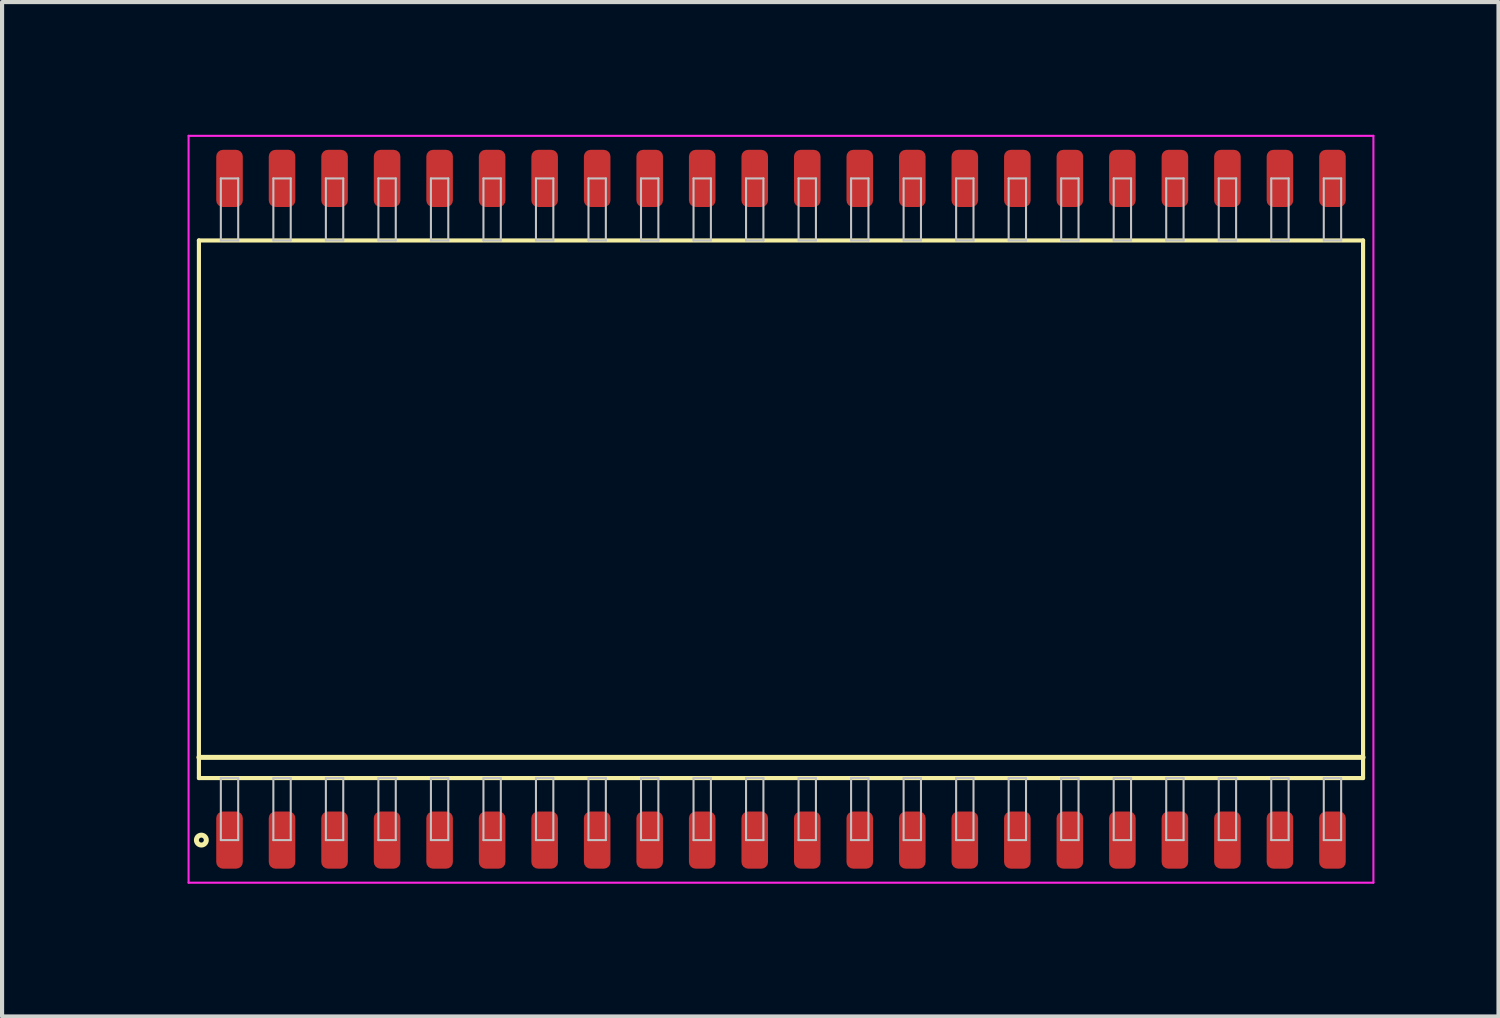
<source format=kicad_pcb>
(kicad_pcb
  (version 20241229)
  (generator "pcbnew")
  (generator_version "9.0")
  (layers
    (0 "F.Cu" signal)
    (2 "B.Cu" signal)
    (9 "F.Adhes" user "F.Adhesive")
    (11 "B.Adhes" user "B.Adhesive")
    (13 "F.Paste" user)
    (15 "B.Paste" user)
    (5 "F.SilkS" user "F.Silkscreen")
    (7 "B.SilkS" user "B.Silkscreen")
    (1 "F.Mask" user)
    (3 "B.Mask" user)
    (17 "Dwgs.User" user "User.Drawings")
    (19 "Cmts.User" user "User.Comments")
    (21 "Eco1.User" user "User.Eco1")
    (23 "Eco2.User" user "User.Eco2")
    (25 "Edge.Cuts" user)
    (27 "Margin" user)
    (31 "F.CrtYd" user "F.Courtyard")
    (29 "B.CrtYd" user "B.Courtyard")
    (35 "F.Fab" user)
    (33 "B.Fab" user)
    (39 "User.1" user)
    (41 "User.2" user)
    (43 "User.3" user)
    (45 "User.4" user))
  (footprint "SOP127P2815x1600-44"
    (layer "F.Cu")
    (at 15.835 9.264)
    (property "Reference" "SOP127P2815x1600-44" (at -15.075 0 90) (layer "User.1") (effects (font (size 1 1) (thickness 0.1))))
    (attr through_hole)
    (fp_line (start -14.075 -6.5) (end -14.075 6.5) (stroke (width 0.1) (type solid)) (layer "F.SilkS"))
    (fp_line (start -14.075 6) (end 14.075 6) (stroke (width 0.12) (type solid)) (layer "F.SilkS"))
    (fp_line (start -14.075 6.5) (end 14.075 6.5) (stroke (width 0.1) (type solid)) (layer "F.SilkS"))
    (fp_line (start 14.075 -6.5) (end -14.075 -6.5) (stroke (width 0.1) (type solid)) (layer "F.SilkS"))
    (fp_line (start 14.075 6.5) (end 14.075 -6.5) (stroke (width 0.1) (type solid)) (layer "F.SilkS"))
    (fp_circle (center -14.016 8) (end -13.896 8) (stroke (width 0.12) (type solid)) (fill no) (layer "F.SilkS"))
    (fp_line (start -13.545 -8) (end -13.545 -6.5) (stroke (width 0.05) (type solid)) (layer "Dwgs.User"))
    (fp_line (start -13.545 -6.5) (end -13.125 -6.5) (stroke (width 0.05) (type solid)) (layer "Dwgs.User"))
    (fp_line (start -13.545 6.5) (end -13.125 6.5) (stroke (width 0.05) (type solid)) (layer "Dwgs.User"))
    (fp_line (start -13.545 8) (end -13.545 6.5) (stroke (width 0.05) (type solid)) (layer "Dwgs.User"))
    (fp_line (start -13.125 -8) (end -13.545 -8) (stroke (width 0.05) (type solid)) (layer "Dwgs.User"))
    (fp_line (start -13.125 -6.5) (end -13.125 -8) (stroke (width 0.05) (type solid)) (layer "Dwgs.User"))
    (fp_line (start -13.125 6.5) (end -13.125 8) (stroke (width 0.05) (type solid)) (layer "Dwgs.User"))
    (fp_line (start -13.125 8) (end -13.545 8) (stroke (width 0.05) (type solid)) (layer "Dwgs.User"))
    (fp_line (start -12.275 -8) (end -12.275 -6.5) (stroke (width 0.05) (type solid)) (layer "Dwgs.User"))
    (fp_line (start -12.275 -6.5) (end -11.855 -6.5) (stroke (width 0.05) (type solid)) (layer "Dwgs.User"))
    (fp_line (start -12.275 6.5) (end -11.855 6.5) (stroke (width 0.05) (type solid)) (layer "Dwgs.User"))
    (fp_line (start -12.275 8) (end -12.275 6.5) (stroke (width 0.05) (type solid)) (layer "Dwgs.User"))
    (fp_line (start -11.855 -8) (end -12.275 -8) (stroke (width 0.05) (type solid)) (layer "Dwgs.User"))
    (fp_line (start -11.855 -6.5) (end -11.855 -8) (stroke (width 0.05) (type solid)) (layer "Dwgs.User"))
    (fp_line (start -11.855 6.5) (end -11.855 8) (stroke (width 0.05) (type solid)) (layer "Dwgs.User"))
    (fp_line (start -11.855 8) (end -12.275 8) (stroke (width 0.05) (type solid)) (layer "Dwgs.User"))
    (fp_line (start -11.005 -8) (end -11.005 -6.5) (stroke (width 0.05) (type solid)) (layer "Dwgs.User"))
    (fp_line (start -11.005 -6.5) (end -10.585 -6.5) (stroke (width 0.05) (type solid)) (layer "Dwgs.User"))
    (fp_line (start -11.005 6.5) (end -10.585 6.5) (stroke (width 0.05) (type solid)) (layer "Dwgs.User"))
    (fp_line (start -11.005 8) (end -11.005 6.5) (stroke (width 0.05) (type solid)) (layer "Dwgs.User"))
    (fp_line (start -10.585 -8) (end -11.005 -8) (stroke (width 0.05) (type solid)) (layer "Dwgs.User"))
    (fp_line (start -10.585 -6.5) (end -10.585 -8) (stroke (width 0.05) (type solid)) (layer "Dwgs.User"))
    (fp_line (start -10.585 6.5) (end -10.585 8) (stroke (width 0.05) (type solid)) (layer "Dwgs.User"))
    (fp_line (start -10.585 8) (end -11.005 8) (stroke (width 0.05) (type solid)) (layer "Dwgs.User"))
    (fp_line (start -9.735 -8) (end -9.735 -6.5) (stroke (width 0.05) (type solid)) (layer "Dwgs.User"))
    (fp_line (start -9.735 -6.5) (end -9.315 -6.5) (stroke (width 0.05) (type solid)) (layer "Dwgs.User"))
    (fp_line (start -9.735 6.5) (end -9.315 6.5) (stroke (width 0.05) (type solid)) (layer "Dwgs.User"))
    (fp_line (start -9.735 8) (end -9.735 6.5) (stroke (width 0.05) (type solid)) (layer "Dwgs.User"))
    (fp_line (start -9.315 -8) (end -9.735 -8) (stroke (width 0.05) (type solid)) (layer "Dwgs.User"))
    (fp_line (start -9.315 -6.5) (end -9.315 -8) (stroke (width 0.05) (type solid)) (layer "Dwgs.User"))
    (fp_line (start -9.315 6.5) (end -9.315 8) (stroke (width 0.05) (type solid)) (layer "Dwgs.User"))
    (fp_line (start -9.315 8) (end -9.735 8) (stroke (width 0.05) (type solid)) (layer "Dwgs.User"))
    (fp_line (start -8.465 -8) (end -8.465 -6.5) (stroke (width 0.05) (type solid)) (layer "Dwgs.User"))
    (fp_line (start -8.465 -6.5) (end -8.045 -6.5) (stroke (width 0.05) (type solid)) (layer "Dwgs.User"))
    (fp_line (start -8.465 6.5) (end -8.045 6.5) (stroke (width 0.05) (type solid)) (layer "Dwgs.User"))
    (fp_line (start -8.465 8) (end -8.465 6.5) (stroke (width 0.05) (type solid)) (layer "Dwgs.User"))
    (fp_line (start -8.045 -8) (end -8.465 -8) (stroke (width 0.05) (type solid)) (layer "Dwgs.User"))
    (fp_line (start -8.045 -6.5) (end -8.045 -8) (stroke (width 0.05) (type solid)) (layer "Dwgs.User"))
    (fp_line (start -8.045 6.5) (end -8.045 8) (stroke (width 0.05) (type solid)) (layer "Dwgs.User"))
    (fp_line (start -8.045 8) (end -8.465 8) (stroke (width 0.05) (type solid)) (layer "Dwgs.User"))
    (fp_line (start -7.195 -8) (end -7.195 -6.5) (stroke (width 0.05) (type solid)) (layer "Dwgs.User"))
    (fp_line (start -7.195 -6.5) (end -6.775 -6.5) (stroke (width 0.05) (type solid)) (layer "Dwgs.User"))
    (fp_line (start -7.195 6.5) (end -6.775 6.5) (stroke (width 0.05) (type solid)) (layer "Dwgs.User"))
    (fp_line (start -7.195 8) (end -7.195 6.5) (stroke (width 0.05) (type solid)) (layer "Dwgs.User"))
    (fp_line (start -6.775 -8) (end -7.195 -8) (stroke (width 0.05) (type solid)) (layer "Dwgs.User"))
    (fp_line (start -6.775 -6.5) (end -6.775 -8) (stroke (width 0.05) (type solid)) (layer "Dwgs.User"))
    (fp_line (start -6.775 6.5) (end -6.775 8) (stroke (width 0.05) (type solid)) (layer "Dwgs.User"))
    (fp_line (start -6.775 8) (end -7.195 8) (stroke (width 0.05) (type solid)) (layer "Dwgs.User"))
    (fp_line (start -5.925 -8) (end -5.925 -6.5) (stroke (width 0.05) (type solid)) (layer "Dwgs.User"))
    (fp_line (start -5.925 -6.5) (end -5.505 -6.5) (stroke (width 0.05) (type solid)) (layer "Dwgs.User"))
    (fp_line (start -5.925 6.5) (end -5.505 6.5) (stroke (width 0.05) (type solid)) (layer "Dwgs.User"))
    (fp_line (start -5.925 8) (end -5.925 6.5) (stroke (width 0.05) (type solid)) (layer "Dwgs.User"))
    (fp_line (start -5.505 -8) (end -5.925 -8) (stroke (width 0.05) (type solid)) (layer "Dwgs.User"))
    (fp_line (start -5.505 -6.5) (end -5.505 -8) (stroke (width 0.05) (type solid)) (layer "Dwgs.User"))
    (fp_line (start -5.505 6.5) (end -5.505 8) (stroke (width 0.05) (type solid)) (layer "Dwgs.User"))
    (fp_line (start -5.505 8) (end -5.925 8) (stroke (width 0.05) (type solid)) (layer "Dwgs.User"))
    (fp_line (start -4.655 -8) (end -4.655 -6.5) (stroke (width 0.05) (type solid)) (layer "Dwgs.User"))
    (fp_line (start -4.655 -6.5) (end -4.235 -6.5) (stroke (width 0.05) (type solid)) (layer "Dwgs.User"))
    (fp_line (start -4.655 6.5) (end -4.235 6.5) (stroke (width 0.05) (type solid)) (layer "Dwgs.User"))
    (fp_line (start -4.655 8) (end -4.655 6.5) (stroke (width 0.05) (type solid)) (layer "Dwgs.User"))
    (fp_line (start -4.235 -8) (end -4.655 -8) (stroke (width 0.05) (type solid)) (layer "Dwgs.User"))
    (fp_line (start -4.235 -6.5) (end -4.235 -8) (stroke (width 0.05) (type solid)) (layer "Dwgs.User"))
    (fp_line (start -4.235 6.5) (end -4.235 8) (stroke (width 0.05) (type solid)) (layer "Dwgs.User"))
    (fp_line (start -4.235 8) (end -4.655 8) (stroke (width 0.05) (type solid)) (layer "Dwgs.User"))
    (fp_line (start -3.385 -8) (end -3.385 -6.5) (stroke (width 0.05) (type solid)) (layer "Dwgs.User"))
    (fp_line (start -3.385 -6.5) (end -2.965 -6.5) (stroke (width 0.05) (type solid)) (layer "Dwgs.User"))
    (fp_line (start -3.385 6.5) (end -2.965 6.5) (stroke (width 0.05) (type solid)) (layer "Dwgs.User"))
    (fp_line (start -3.385 8) (end -3.385 6.5) (stroke (width 0.05) (type solid)) (layer "Dwgs.User"))
    (fp_line (start -2.965 -8) (end -3.385 -8) (stroke (width 0.05) (type solid)) (layer "Dwgs.User"))
    (fp_line (start -2.965 -6.5) (end -2.965 -8) (stroke (width 0.05) (type solid)) (layer "Dwgs.User"))
    (fp_line (start -2.965 6.5) (end -2.965 8) (stroke (width 0.05) (type solid)) (layer "Dwgs.User"))
    (fp_line (start -2.965 8) (end -3.385 8) (stroke (width 0.05) (type solid)) (layer "Dwgs.User"))
    (fp_line (start -2.115 -8) (end -2.115 -6.5) (stroke (width 0.05) (type solid)) (layer "Dwgs.User"))
    (fp_line (start -2.115 -6.5) (end -1.695 -6.5) (stroke (width 0.05) (type solid)) (layer "Dwgs.User"))
    (fp_line (start -2.115 6.5) (end -1.695 6.5) (stroke (width 0.05) (type solid)) (layer "Dwgs.User"))
    (fp_line (start -2.115 8) (end -2.115 6.5) (stroke (width 0.05) (type solid)) (layer "Dwgs.User"))
    (fp_line (start -1.695 -8) (end -2.115 -8) (stroke (width 0.05) (type solid)) (layer "Dwgs.User"))
    (fp_line (start -1.695 -6.5) (end -1.695 -8) (stroke (width 0.05) (type solid)) (layer "Dwgs.User"))
    (fp_line (start -1.695 6.5) (end -1.695 8) (stroke (width 0.05) (type solid)) (layer "Dwgs.User"))
    (fp_line (start -1.695 8) (end -2.115 8) (stroke (width 0.05) (type solid)) (layer "Dwgs.User"))
    (fp_line (start -0.845 -8) (end -0.845 -6.5) (stroke (width 0.05) (type solid)) (layer "Dwgs.User"))
    (fp_line (start -0.845 -6.5) (end -0.425 -6.5) (stroke (width 0.05) (type solid)) (layer "Dwgs.User"))
    (fp_line (start -0.845 6.5) (end -0.425 6.5) (stroke (width 0.05) (type solid)) (layer "Dwgs.User"))
    (fp_line (start -0.845 8) (end -0.845 6.5) (stroke (width 0.05) (type solid)) (layer "Dwgs.User"))
    (fp_line (start -0.425 -8) (end -0.845 -8) (stroke (width 0.05) (type solid)) (layer "Dwgs.User"))
    (fp_line (start -0.425 -6.5) (end -0.425 -8) (stroke (width 0.05) (type solid)) (layer "Dwgs.User"))
    (fp_line (start -0.425 6.5) (end -0.425 8) (stroke (width 0.05) (type solid)) (layer "Dwgs.User"))
    (fp_line (start -0.425 8) (end -0.845 8) (stroke (width 0.05) (type solid)) (layer "Dwgs.User"))
    (fp_line (start 0.425 -8) (end 0.425 -6.5) (stroke (width 0.05) (type solid)) (layer "Dwgs.User"))
    (fp_line (start 0.425 -6.5) (end 0.845 -6.5) (stroke (width 0.05) (type solid)) (layer "Dwgs.User"))
    (fp_line (start 0.425 6.5) (end 0.845 6.5) (stroke (width 0.05) (type solid)) (layer "Dwgs.User"))
    (fp_line (start 0.425 8) (end 0.425 6.5) (stroke (width 0.05) (type solid)) (layer "Dwgs.User"))
    (fp_line (start 0.845 -8) (end 0.425 -8) (stroke (width 0.05) (type solid)) (layer "Dwgs.User"))
    (fp_line (start 0.845 -6.5) (end 0.845 -8) (stroke (width 0.05) (type solid)) (layer "Dwgs.User"))
    (fp_line (start 0.845 6.5) (end 0.845 8) (stroke (width 0.05) (type solid)) (layer "Dwgs.User"))
    (fp_line (start 0.845 8) (end 0.425 8) (stroke (width 0.05) (type solid)) (layer "Dwgs.User"))
    (fp_line (start 1.695 -8) (end 1.695 -6.5) (stroke (width 0.05) (type solid)) (layer "Dwgs.User"))
    (fp_line (start 1.695 -6.5) (end 2.115 -6.5) (stroke (width 0.05) (type solid)) (layer "Dwgs.User"))
    (fp_line (start 1.695 6.5) (end 2.115 6.5) (stroke (width 0.05) (type solid)) (layer "Dwgs.User"))
    (fp_line (start 1.695 8) (end 1.695 6.5) (stroke (width 0.05) (type solid)) (layer "Dwgs.User"))
    (fp_line (start 2.115 -8) (end 1.695 -8) (stroke (width 0.05) (type solid)) (layer "Dwgs.User"))
    (fp_line (start 2.115 -6.5) (end 2.115 -8) (stroke (width 0.05) (type solid)) (layer "Dwgs.User"))
    (fp_line (start 2.115 6.5) (end 2.115 8) (stroke (width 0.05) (type solid)) (layer "Dwgs.User"))
    (fp_line (start 2.115 8) (end 1.695 8) (stroke (width 0.05) (type solid)) (layer "Dwgs.User"))
    (fp_line (start 2.965 -8) (end 2.965 -6.5) (stroke (width 0.05) (type solid)) (layer "Dwgs.User"))
    (fp_line (start 2.965 -6.5) (end 3.385 -6.5) (stroke (width 0.05) (type solid)) (layer "Dwgs.User"))
    (fp_line (start 2.965 6.5) (end 3.385 6.5) (stroke (width 0.05) (type solid)) (layer "Dwgs.User"))
    (fp_line (start 2.965 8) (end 2.965 6.5) (stroke (width 0.05) (type solid)) (layer "Dwgs.User"))
    (fp_line (start 3.385 -8) (end 2.965 -8) (stroke (width 0.05) (type solid)) (layer "Dwgs.User"))
    (fp_line (start 3.385 -6.5) (end 3.385 -8) (stroke (width 0.05) (type solid)) (layer "Dwgs.User"))
    (fp_line (start 3.385 6.5) (end 3.385 8) (stroke (width 0.05) (type solid)) (layer "Dwgs.User"))
    (fp_line (start 3.385 8) (end 2.965 8) (stroke (width 0.05) (type solid)) (layer "Dwgs.User"))
    (fp_line (start 4.235 -8) (end 4.235 -6.5) (stroke (width 0.05) (type solid)) (layer "Dwgs.User"))
    (fp_line (start 4.235 -6.5) (end 4.655 -6.5) (stroke (width 0.05) (type solid)) (layer "Dwgs.User"))
    (fp_line (start 4.235 6.5) (end 4.655 6.5) (stroke (width 0.05) (type solid)) (layer "Dwgs.User"))
    (fp_line (start 4.235 8) (end 4.235 6.5) (stroke (width 0.05) (type solid)) (layer "Dwgs.User"))
    (fp_line (start 4.655 -8) (end 4.235 -8) (stroke (width 0.05) (type solid)) (layer "Dwgs.User"))
    (fp_line (start 4.655 -6.5) (end 4.655 -8) (stroke (width 0.05) (type solid)) (layer "Dwgs.User"))
    (fp_line (start 4.655 6.5) (end 4.655 8) (stroke (width 0.05) (type solid)) (layer "Dwgs.User"))
    (fp_line (start 4.655 8) (end 4.235 8) (stroke (width 0.05) (type solid)) (layer "Dwgs.User"))
    (fp_line (start 5.505 -8) (end 5.505 -6.5) (stroke (width 0.05) (type solid)) (layer "Dwgs.User"))
    (fp_line (start 5.505 -6.5) (end 5.925 -6.5) (stroke (width 0.05) (type solid)) (layer "Dwgs.User"))
    (fp_line (start 5.505 6.5) (end 5.925 6.5) (stroke (width 0.05) (type solid)) (layer "Dwgs.User"))
    (fp_line (start 5.505 8) (end 5.505 6.5) (stroke (width 0.05) (type solid)) (layer "Dwgs.User"))
    (fp_line (start 5.925 -8) (end 5.505 -8) (stroke (width 0.05) (type solid)) (layer "Dwgs.User"))
    (fp_line (start 5.925 -6.5) (end 5.925 -8) (stroke (width 0.05) (type solid)) (layer "Dwgs.User"))
    (fp_line (start 5.925 6.5) (end 5.925 8) (stroke (width 0.05) (type solid)) (layer "Dwgs.User"))
    (fp_line (start 5.925 8) (end 5.505 8) (stroke (width 0.05) (type solid)) (layer "Dwgs.User"))
    (fp_line (start 6.775 -8) (end 6.775 -6.5) (stroke (width 0.05) (type solid)) (layer "Dwgs.User"))
    (fp_line (start 6.775 -6.5) (end 7.195 -6.5) (stroke (width 0.05) (type solid)) (layer "Dwgs.User"))
    (fp_line (start 6.775 6.5) (end 7.195 6.5) (stroke (width 0.05) (type solid)) (layer "Dwgs.User"))
    (fp_line (start 6.775 8) (end 6.775 6.5) (stroke (width 0.05) (type solid)) (layer "Dwgs.User"))
    (fp_line (start 7.195 -8) (end 6.775 -8) (stroke (width 0.05) (type solid)) (layer "Dwgs.User"))
    (fp_line (start 7.195 -6.5) (end 7.195 -8) (stroke (width 0.05) (type solid)) (layer "Dwgs.User"))
    (fp_line (start 7.195 6.5) (end 7.195 8) (stroke (width 0.05) (type solid)) (layer "Dwgs.User"))
    (fp_line (start 7.195 8) (end 6.775 8) (stroke (width 0.05) (type solid)) (layer "Dwgs.User"))
    (fp_line (start 8.045 -8) (end 8.045 -6.5) (stroke (width 0.05) (type solid)) (layer "Dwgs.User"))
    (fp_line (start 8.045 -6.5) (end 8.465 -6.5) (stroke (width 0.05) (type solid)) (layer "Dwgs.User"))
    (fp_line (start 8.045 6.5) (end 8.465 6.5) (stroke (width 0.05) (type solid)) (layer "Dwgs.User"))
    (fp_line (start 8.045 8) (end 8.045 6.5) (stroke (width 0.05) (type solid)) (layer "Dwgs.User"))
    (fp_line (start 8.465 -8) (end 8.045 -8) (stroke (width 0.05) (type solid)) (layer "Dwgs.User"))
    (fp_line (start 8.465 -6.5) (end 8.465 -8) (stroke (width 0.05) (type solid)) (layer "Dwgs.User"))
    (fp_line (start 8.465 6.5) (end 8.465 8) (stroke (width 0.05) (type solid)) (layer "Dwgs.User"))
    (fp_line (start 8.465 8) (end 8.045 8) (stroke (width 0.05) (type solid)) (layer "Dwgs.User"))
    (fp_line (start 9.315 -8) (end 9.315 -6.5) (stroke (width 0.05) (type solid)) (layer "Dwgs.User"))
    (fp_line (start 9.315 -6.5) (end 9.735 -6.5) (stroke (width 0.05) (type solid)) (layer "Dwgs.User"))
    (fp_line (start 9.315 6.5) (end 9.735 6.5) (stroke (width 0.05) (type solid)) (layer "Dwgs.User"))
    (fp_line (start 9.315 8) (end 9.315 6.5) (stroke (width 0.05) (type solid)) (layer "Dwgs.User"))
    (fp_line (start 9.735 -8) (end 9.315 -8) (stroke (width 0.05) (type solid)) (layer "Dwgs.User"))
    (fp_line (start 9.735 -6.5) (end 9.735 -8) (stroke (width 0.05) (type solid)) (layer "Dwgs.User"))
    (fp_line (start 9.735 6.5) (end 9.735 8) (stroke (width 0.05) (type solid)) (layer "Dwgs.User"))
    (fp_line (start 9.735 8) (end 9.315 8) (stroke (width 0.05) (type solid)) (layer "Dwgs.User"))
    (fp_line (start 10.585 -8) (end 10.585 -6.5) (stroke (width 0.05) (type solid)) (layer "Dwgs.User"))
    (fp_line (start 10.585 -6.5) (end 11.005 -6.5) (stroke (width 0.05) (type solid)) (layer "Dwgs.User"))
    (fp_line (start 10.585 6.5) (end 11.005 6.5) (stroke (width 0.05) (type solid)) (layer "Dwgs.User"))
    (fp_line (start 10.585 8) (end 10.585 6.5) (stroke (width 0.05) (type solid)) (layer "Dwgs.User"))
    (fp_line (start 11.005 -8) (end 10.585 -8) (stroke (width 0.05) (type solid)) (layer "Dwgs.User"))
    (fp_line (start 11.005 -6.5) (end 11.005 -8) (stroke (width 0.05) (type solid)) (layer "Dwgs.User"))
    (fp_line (start 11.005 6.5) (end 11.005 8) (stroke (width 0.05) (type solid)) (layer "Dwgs.User"))
    (fp_line (start 11.005 8) (end 10.585 8) (stroke (width 0.05) (type solid)) (layer "Dwgs.User"))
    (fp_line (start 11.855 -8) (end 11.855 -6.5) (stroke (width 0.05) (type solid)) (layer "Dwgs.User"))
    (fp_line (start 11.855 -6.5) (end 12.275 -6.5) (stroke (width 0.05) (type solid)) (layer "Dwgs.User"))
    (fp_line (start 11.855 6.5) (end 12.275 6.5) (stroke (width 0.05) (type solid)) (layer "Dwgs.User"))
    (fp_line (start 11.855 8) (end 11.855 6.5) (stroke (width 0.05) (type solid)) (layer "Dwgs.User"))
    (fp_line (start 12.275 -8) (end 11.855 -8) (stroke (width 0.05) (type solid)) (layer "Dwgs.User"))
    (fp_line (start 12.275 -6.5) (end 12.275 -8) (stroke (width 0.05) (type solid)) (layer "Dwgs.User"))
    (fp_line (start 12.275 6.5) (end 12.275 8) (stroke (width 0.05) (type solid)) (layer "Dwgs.User"))
    (fp_line (start 12.275 8) (end 11.855 8) (stroke (width 0.05) (type solid)) (layer "Dwgs.User"))
    (fp_line (start 13.125 -8) (end 13.125 -6.5) (stroke (width 0.05) (type solid)) (layer "Dwgs.User"))
    (fp_line (start 13.125 -6.5) (end 13.545 -6.5) (stroke (width 0.05) (type solid)) (layer "Dwgs.User"))
    (fp_line (start 13.125 6.5) (end 13.545 6.5) (stroke (width 0.05) (type solid)) (layer "Dwgs.User"))
    (fp_line (start 13.125 8) (end 13.125 6.5) (stroke (width 0.05) (type solid)) (layer "Dwgs.User"))
    (fp_line (start 13.545 -8) (end 13.125 -8) (stroke (width 0.05) (type solid)) (layer "Dwgs.User"))
    (fp_line (start 13.545 -6.5) (end 13.545 -8) (stroke (width 0.05) (type solid)) (layer "Dwgs.User"))
    (fp_line (start 13.545 6.5) (end 13.545 8) (stroke (width 0.05) (type solid)) (layer "Dwgs.User"))
    (fp_line (start 13.545 8) (end 13.125 8) (stroke (width 0.05) (type solid)) (layer "Dwgs.User"))
    (fp_line (start -14.325 -9.03) (end -14.325 9.03) (stroke (width 0.05) (type solid)) (layer "F.CrtYd"))
    (fp_line (start -14.325 9.03) (end 14.325 9.03) (stroke (width 0.05) (type solid)) (layer "F.CrtYd"))
    (fp_line (start 14.325 -9.03) (end -14.325 -9.03) (stroke (width 0.05) (type solid)) (layer "F.CrtYd"))
    (fp_line (start 14.325 9.03) (end 14.325 -9.03) (stroke (width 0.05) (type solid)) (layer "F.CrtYd"))
    (pad "1" smd roundrect (at -13.335 8) (size 0.642 1.382) (layers "F.Cu" "F.Mask" "F.Paste") (roundrect_rratio 0.25))
    (pad "2" smd roundrect (at -12.065 8) (size 0.642 1.382) (layers "F.Cu" "F.Mask" "F.Paste") (roundrect_rratio 0.25))
    (pad "3" smd roundrect (at -10.795 8) (size 0.642 1.382) (layers "F.Cu" "F.Mask" "F.Paste") (roundrect_rratio 0.25))
    (pad "4" smd roundrect (at -9.525 8) (size 0.642 1.382) (layers "F.Cu" "F.Mask" "F.Paste") (roundrect_rratio 0.25))
    (pad "5" smd roundrect (at -8.255 8) (size 0.642 1.382) (layers "F.Cu" "F.Mask" "F.Paste") (roundrect_rratio 0.25))
    (pad "6" smd roundrect (at -6.985 8) (size 0.642 1.382) (layers "F.Cu" "F.Mask" "F.Paste") (roundrect_rratio 0.25))
    (pad "7" smd roundrect (at -5.715 8) (size 0.642 1.382) (layers "F.Cu" "F.Mask" "F.Paste") (roundrect_rratio 0.25))
    (pad "8" smd roundrect (at -4.445 8) (size 0.642 1.382) (layers "F.Cu" "F.Mask" "F.Paste") (roundrect_rratio 0.25))
    (pad "9" smd roundrect (at -3.175 8) (size 0.642 1.382) (layers "F.Cu" "F.Mask" "F.Paste") (roundrect_rratio 0.25))
    (pad "10" smd roundrect (at -1.905 8) (size 0.642 1.382) (layers "F.Cu" "F.Mask" "F.Paste") (roundrect_rratio 0.25))
    (pad "11" smd roundrect (at -0.635 8) (size 0.642 1.382) (layers "F.Cu" "F.Mask" "F.Paste") (roundrect_rratio 0.25))
    (pad "12" smd roundrect (at 0.635 8) (size 0.642 1.382) (layers "F.Cu" "F.Mask" "F.Paste") (roundrect_rratio 0.25))
    (pad "13" smd roundrect (at 1.905 8) (size 0.642 1.382) (layers "F.Cu" "F.Mask" "F.Paste") (roundrect_rratio 0.25))
    (pad "14" smd roundrect (at 3.175 8) (size 0.642 1.382) (layers "F.Cu" "F.Mask" "F.Paste") (roundrect_rratio 0.25))
    (pad "15" smd roundrect (at 4.445 8) (size 0.642 1.382) (layers "F.Cu" "F.Mask" "F.Paste") (roundrect_rratio 0.25))
    (pad "16" smd roundrect (at 5.715 8) (size 0.642 1.382) (layers "F.Cu" "F.Mask" "F.Paste") (roundrect_rratio 0.25))
    (pad "17" smd roundrect (at 6.985 8) (size 0.642 1.382) (layers "F.Cu" "F.Mask" "F.Paste") (roundrect_rratio 0.25))
    (pad "18" smd roundrect (at 8.255 8) (size 0.642 1.382) (layers "F.Cu" "F.Mask" "F.Paste") (roundrect_rratio 0.25))
    (pad "19" smd roundrect (at 9.525 8) (size 0.642 1.382) (layers "F.Cu" "F.Mask" "F.Paste") (roundrect_rratio 0.25))
    (pad "20" smd roundrect (at 10.795 8) (size 0.642 1.382) (layers "F.Cu" "F.Mask" "F.Paste") (roundrect_rratio 0.25))
    (pad "21" smd roundrect (at 12.065 8) (size 0.642 1.382) (layers "F.Cu" "F.Mask" "F.Paste") (roundrect_rratio 0.25))
    (pad "22" smd roundrect (at 13.335 8) (size 0.642 1.382) (layers "F.Cu" "F.Mask" "F.Paste") (roundrect_rratio 0.25))
    (pad "23" smd roundrect (at 13.335 -8) (size 0.642 1.382) (layers "F.Cu" "F.Mask" "F.Paste") (roundrect_rratio 0.25))
    (pad "24" smd roundrect (at 12.065 -8) (size 0.642 1.382) (layers "F.Cu" "F.Mask" "F.Paste") (roundrect_rratio 0.25))
    (pad "25" smd roundrect (at 10.795 -8) (size 0.642 1.382) (layers "F.Cu" "F.Mask" "F.Paste") (roundrect_rratio 0.25))
    (pad "26" smd roundrect (at 9.525 -8) (size 0.642 1.382) (layers "F.Cu" "F.Mask" "F.Paste") (roundrect_rratio 0.25))
    (pad "27" smd roundrect (at 8.255 -8) (size 0.642 1.382) (layers "F.Cu" "F.Mask" "F.Paste") (roundrect_rratio 0.25))
    (pad "28" smd roundrect (at 6.985 -8) (size 0.642 1.382) (layers "F.Cu" "F.Mask" "F.Paste") (roundrect_rratio 0.25))
    (pad "29" smd roundrect (at 5.715 -8) (size 0.642 1.382) (layers "F.Cu" "F.Mask" "F.Paste") (roundrect_rratio 0.25))
    (pad "30" smd roundrect (at 4.445 -8) (size 0.642 1.382) (layers "F.Cu" "F.Mask" "F.Paste") (roundrect_rratio 0.25))
    (pad "31" smd roundrect (at 3.175 -8) (size 0.642 1.382) (layers "F.Cu" "F.Mask" "F.Paste") (roundrect_rratio 0.25))
    (pad "32" smd roundrect (at 1.905 -8) (size 0.642 1.382) (layers "F.Cu" "F.Mask" "F.Paste") (roundrect_rratio 0.25))
    (pad "33" smd roundrect (at 0.635 -8) (size 0.642 1.382) (layers "F.Cu" "F.Mask" "F.Paste") (roundrect_rratio 0.25))
    (pad "34" smd roundrect (at -0.635 -8) (size 0.642 1.382) (layers "F.Cu" "F.Mask" "F.Paste") (roundrect_rratio 0.25))
    (pad "35" smd roundrect (at -1.905 -8) (size 0.642 1.382) (layers "F.Cu" "F.Mask" "F.Paste") (roundrect_rratio 0.25))
    (pad "36" smd roundrect (at -3.175 -8) (size 0.642 1.382) (layers "F.Cu" "F.Mask" "F.Paste") (roundrect_rratio 0.25))
    (pad "37" smd roundrect (at -4.445 -8) (size 0.642 1.382) (layers "F.Cu" "F.Mask" "F.Paste") (roundrect_rratio 0.25))
    (pad "38" smd roundrect (at -5.715 -8) (size 0.642 1.382) (layers "F.Cu" "F.Mask" "F.Paste") (roundrect_rratio 0.25))
    (pad "39" smd roundrect (at -6.985 -8) (size 0.642 1.382) (layers "F.Cu" "F.Mask" "F.Paste") (roundrect_rratio 0.25))
    (pad "40" smd roundrect (at -8.255 -8) (size 0.642 1.382) (layers "F.Cu" "F.Mask" "F.Paste") (roundrect_rratio 0.25))
    (pad "41" smd roundrect (at -9.525 -8) (size 0.642 1.382) (layers "F.Cu" "F.Mask" "F.Paste") (roundrect_rratio 0.25))
    (pad "42" smd roundrect (at -10.795 -8) (size 0.642 1.382) (layers "F.Cu" "F.Mask" "F.Paste") (roundrect_rratio 0.25))
    (pad "43" smd roundrect (at -12.065 -8) (size 0.642 1.382) (layers "F.Cu" "F.Mask" "F.Paste") (roundrect_rratio 0.25))
    (pad "44" smd roundrect (at -13.335 -8) (size 0.642 1.382) (layers "F.Cu" "F.Mask" "F.Paste") (roundrect_rratio 0.25)))
  (gr_rect
    (start -3 -3)
    (end 33.185 21.529)
    (stroke (width 0.1) (type default))
    (fill no)
    (layer "Edge.Cuts")))
</source>
